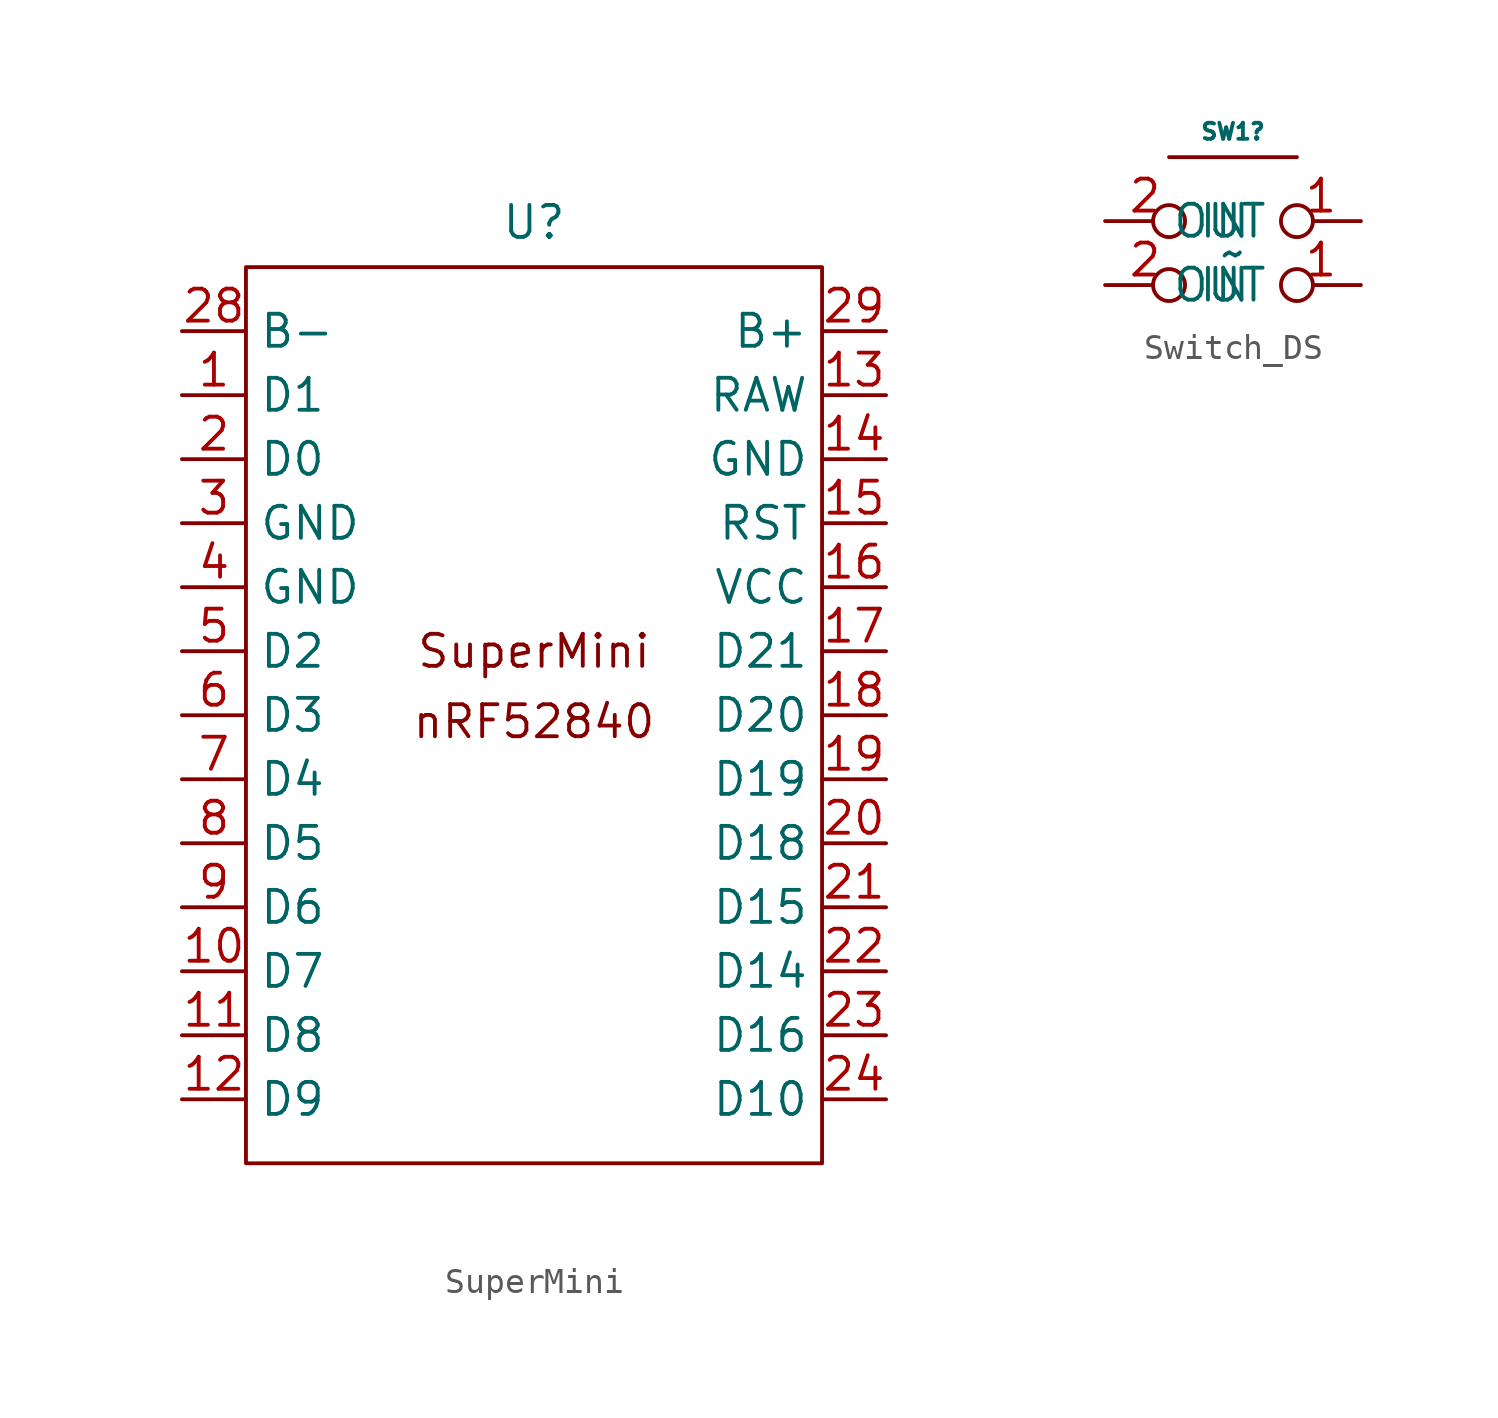
<source format=kicad_sym>
(kicad_symbol_lib
  (version 20231120)
  (generator "kicad_symbol_editor")
  (generator_version "8.0")
  (symbol "SuperMini"
    (property "Reference" "U"
      (at 0 17.018 0)
      (effects (font (size 1.27 1.27))))
    (property "Value" ""
      (at 0 0 0)
      (effects (font (size 1.27 1.27))))
    (symbol "SuperMini_0_1"
      (rectangle (start -11.43 15.24) (end 11.43 -20.32) (stroke (width 0) (type default)) (fill (type none))))
    (symbol "SuperMini_1_1"
      (text "nRF52840" (at 0 -2.794 0) (effects (font (size 1.27 1.27))))
      (text "SuperMini" (at 0 0 0) (effects (font (size 1.27 1.27))))
      (pin passive line (at -13.97 10.16 0) (length 2.54) (name "D1" (effects (font (size 1.27 1.27)))) (number "1" (effects (font (size 1.27 1.27)))))
      (pin passive line (at -13.97 -12.7 0) (length 2.54) (name "D7" (effects (font (size 1.27 1.27)))) (number "10" (effects (font (size 1.27 1.27)))))
      (pin passive line (at -13.97 -15.24 0) (length 2.54) (name "D8" (effects (font (size 1.27 1.27)))) (number "11" (effects (font (size 1.27 1.27)))))
      (pin passive line (at -13.97 -17.78 0) (length 2.54) (name "D9" (effects (font (size 1.27 1.27)))) (number "12" (effects (font (size 1.27 1.27)))))
      (pin passive line (at 13.97 10.16 180) (length 2.54) (name "RAW" (effects (font (size 1.27 1.27)))) (number "13" (effects (font (size 1.27 1.27)))))
      (pin passive line (at 13.97 7.62 180) (length 2.54) (name "GND" (effects (font (size 1.27 1.27)))) (number "14" (effects (font (size 1.27 1.27)))))
      (pin passive line (at 13.97 5.08 180) (length 2.54) (name "RST" (effects (font (size 1.27 1.27)))) (number "15" (effects (font (size 1.27 1.27)))))
      (pin passive line (at 13.97 2.54 180) (length 2.54) (name "VCC" (effects (font (size 1.27 1.27)))) (number "16" (effects (font (size 1.27 1.27)))))
      (pin passive line (at 13.97 0 180) (length 2.54) (name "D21" (effects (font (size 1.27 1.27)))) (number "17" (effects (font (size 1.27 1.27)))))
      (pin passive line (at 13.97 -2.54 180) (length 2.54) (name "D20" (effects (font (size 1.27 1.27)))) (number "18" (effects (font (size 1.27 1.27)))))
      (pin passive line (at 13.97 -5.08 180) (length 2.54) (name "D19" (effects (font (size 1.27 1.27)))) (number "19" (effects (font (size 1.27 1.27)))))
      (pin passive line (at -13.97 7.62 0) (length 2.54) (name "D0" (effects (font (size 1.27 1.27)))) (number "2" (effects (font (size 1.27 1.27)))))
      (pin passive line (at 13.97 -7.62 180) (length 2.54) (name "D18" (effects (font (size 1.27 1.27)))) (number "20" (effects (font (size 1.27 1.27)))))
      (pin passive line (at 13.97 -10.16 180) (length 2.54) (name "D15" (effects (font (size 1.27 1.27)))) (number "21" (effects (font (size 1.27 1.27)))))
      (pin passive line (at 13.97 -12.7 180) (length 2.54) (name "D14" (effects (font (size 1.27 1.27)))) (number "22" (effects (font (size 1.27 1.27)))))
      (pin passive line (at 13.97 -15.24 180) (length 2.54) (name "D16" (effects (font (size 1.27 1.27)))) (number "23" (effects (font (size 1.27 1.27)))))
      (pin passive line (at 13.97 -17.78 180) (length 2.54) (name "D10" (effects (font (size 1.27 1.27)))) (number "24" (effects (font (size 1.27 1.27)))))
      (pin passive line (at -13.97 12.7 0) (length 2.54) (name "B-" (effects (font (size 1.27 1.27)))) (number "28" (effects (font (size 1.27 1.27)))))
      (pin passive line (at 13.97 12.7 180) (length 2.54) (name "B+" (effects (font (size 1.27 1.27)))) (number "29" (effects (font (size 1.27 1.27)))))
      (pin passive line (at -13.97 5.08 0) (length 2.54) (name "GND" (effects (font (size 1.27 1.27)))) (number "3" (effects (font (size 1.27 1.27)))))
      (pin passive line (at -13.97 2.54 0) (length 2.54) (name "GND" (effects (font (size 1.27 1.27)))) (number "4" (effects (font (size 1.27 1.27)))))
      (pin passive line (at -13.97 0 0) (length 2.54) (name "D2" (effects (font (size 1.27 1.27)))) (number "5" (effects (font (size 1.27 1.27)))))
      (pin passive line (at -13.97 -2.54 0) (length 2.54) (name "D3" (effects (font (size 1.27 1.27)))) (number "6" (effects (font (size 1.27 1.27)))))
      (pin passive line (at -13.97 -5.08 0) (length 2.54) (name "D4" (effects (font (size 1.27 1.27)))) (number "7" (effects (font (size 1.27 1.27)))))
      (pin passive line (at -13.97 -7.62 0) (length 2.54) (name "D5" (effects (font (size 1.27 1.27)))) (number "8" (effects (font (size 1.27 1.27)))))
      (pin passive line (at -13.97 -10.16 0) (length 2.54) (name "D6" (effects (font (size 1.27 1.27)))) (number "9" (effects (font (size 1.27 1.27)))))))
  (symbol "Switch_DS"
    (property "Reference" "SW1"
      (at 0 3.556 0)
      (effects (font (size 0.635 0.635))))
    (property "Value" "~"
      (at 0 -1.27 0)
      (effects (font (size 1.27 1.27))))
    (symbol "Switch_DS_0_1"
      (polyline (pts (xy 2.54 2.54) (xy -2.54 2.54)) (stroke (width 0) (type default)) (fill (type none))))
    (symbol "Switch_DS_1_1"
      (pin passive inverted (at 5.08 -2.54 180) (length 3.175) (name "OUT" (effects (font (size 1.27 1.27)))) (number "1" (effects (font (size 1.27 1.27)))))
      (pin passive inverted (at 5.08 0 180) (length 3.175) (name "OUT" (effects (font (size 1.27 1.27)))) (number "1" (effects (font (size 1.27 1.27)))))
      (pin passive inverted (at -5.08 -2.54 0) (length 3.175) (name "IN" (effects (font (size 1.27 1.27)))) (number "2" (effects (font (size 1.27 1.27)))))
      (pin passive inverted (at -5.08 0 0) (length 3.175) (name "IN" (effects (font (size 1.27 1.27)))) (number "2" (effects (font (size 1.27 1.27))))))))
</source>
